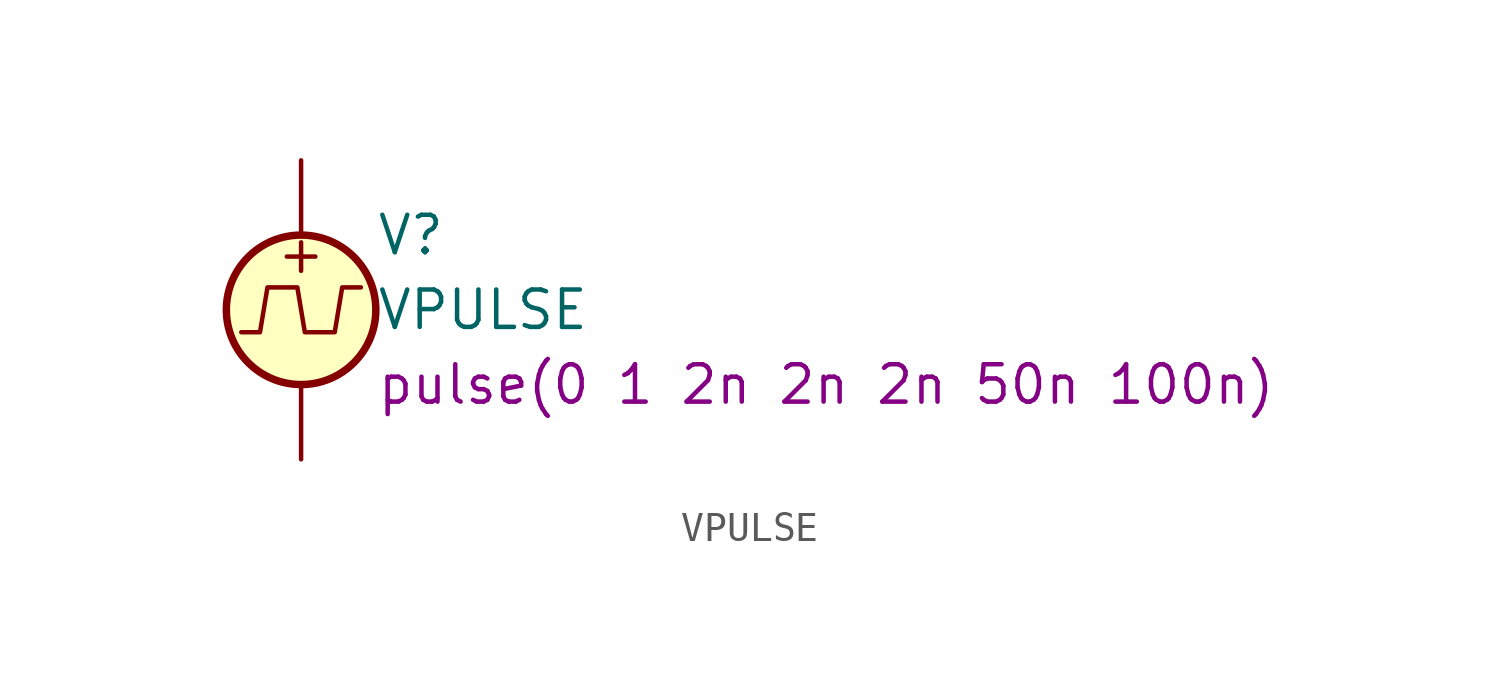
<source format=kicad_sym>
(kicad_symbol_lib
  (version 20231120)
  (generator "kicad_symbol_editor")
  (generator_version "8.0")
  (symbol "VPULSE"
    (pin_numbers hide)
    (pin_names
      (offset 0.025))
    (property "Reference" "V"
      (at 2.54 2.54 0)
      (effects (font (size 1.27 1.27)) (justify left)))
    (property "Value" "VPULSE"
      (at 2.54 0 0)
      (effects (font (size 1.27 1.27)) (justify left)))
    (property "Spice_Model" "pulse(0 1 2n 2n 2n 50n 100n)"
      (at 2.54 -2.54 0)
      (effects (font (size 1.27 1.27)) (justify left)))
    (symbol "VPULSE_0_0"
      (polyline (pts (xy -2.032 -0.762) (xy -1.397 -0.762) (xy -1.143 0.762) (xy -0.127 0.762) (xy 0.127 -0.762) (xy 1.143 -0.762) (xy 1.397 0.762) (xy 2.032 0.762)) (stroke (width 0) (type default)) (fill (type none)))
      (text "+" (at 0 1.905 0) (effects (font (size 1.27 1.27)))))
    (symbol "VPULSE_0_1"
      (circle (center 0 0) (radius 2.54) (stroke (width 0.254) (type default)) (fill (type background))))
    (symbol "VPULSE_1_1"
      (pin passive line (at 0 5.08 270) (length 2.54) (name "~" (effects (font (size 1.27 1.27)))) (number "1" (effects (font (size 1.27 1.27)))))
      (pin passive line (at 0 -5.08 90) (length 2.54) (name "~" (effects (font (size 1.27 1.27)))) (number "2" (effects (font (size 1.27 1.27))))))))
</source>
